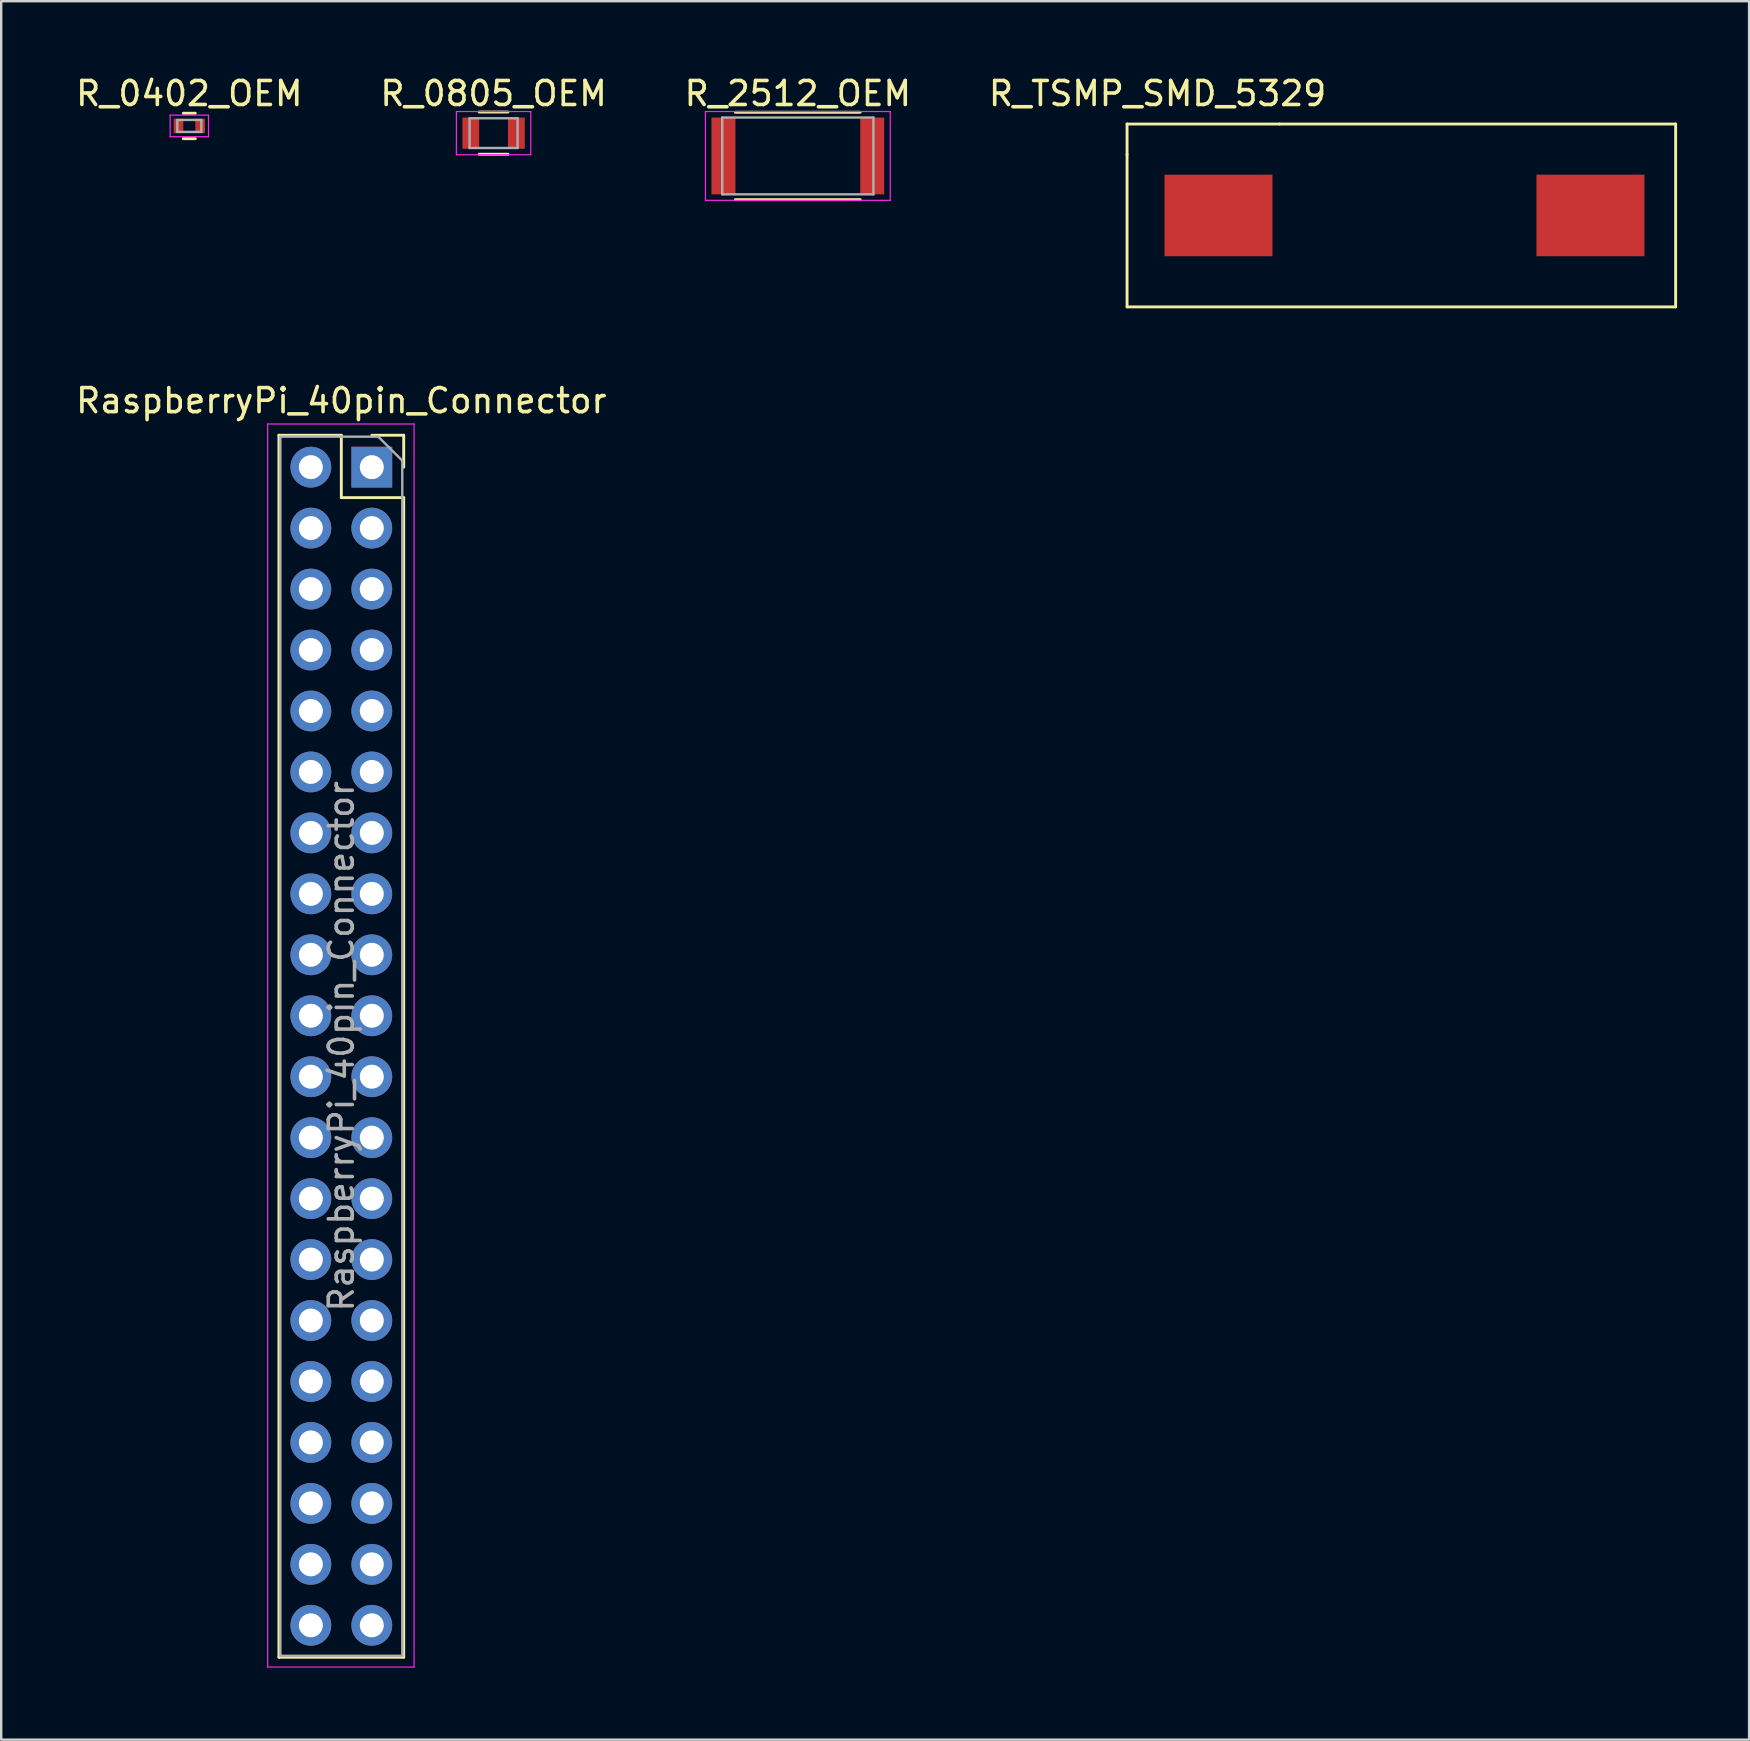
<source format=kicad_pcb>
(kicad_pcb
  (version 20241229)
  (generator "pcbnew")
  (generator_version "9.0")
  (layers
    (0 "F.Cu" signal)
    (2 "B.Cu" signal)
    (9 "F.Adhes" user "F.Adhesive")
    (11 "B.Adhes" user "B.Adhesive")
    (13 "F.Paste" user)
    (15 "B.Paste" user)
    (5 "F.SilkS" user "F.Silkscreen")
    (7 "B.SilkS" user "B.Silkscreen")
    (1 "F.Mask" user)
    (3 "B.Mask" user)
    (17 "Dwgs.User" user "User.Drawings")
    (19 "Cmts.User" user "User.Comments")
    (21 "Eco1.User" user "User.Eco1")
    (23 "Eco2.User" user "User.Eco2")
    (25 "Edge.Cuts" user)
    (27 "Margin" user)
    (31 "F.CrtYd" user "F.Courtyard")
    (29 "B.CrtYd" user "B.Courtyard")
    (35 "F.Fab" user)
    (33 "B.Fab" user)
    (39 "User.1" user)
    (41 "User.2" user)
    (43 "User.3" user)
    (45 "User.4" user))
  (footprint "R_0402_OEM"
    (layer "F.Cu")
    (at 4.839 2.198)
    (property "Reference" "R_0402_OEM" (at 0 -1.35 0) (layer "F.SilkS") (effects (font (size 1 1) (thickness 0.15))))
    (attr smd)
    (fp_line (start -0.25 0.53) (end 0.25 0.53) (stroke (width 0.12) (type solid)) (layer "F.SilkS"))
    (fp_line (start 0.25 -0.53) (end -0.25 -0.53) (stroke (width 0.12) (type solid)) (layer "F.SilkS"))
    (fp_line (start -0.8 -0.45) (end -0.8 0.45) (stroke (width 0.05) (type solid)) (layer "F.CrtYd"))
    (fp_line (start -0.8 -0.45) (end 0.8 -0.45) (stroke (width 0.05) (type solid)) (layer "F.CrtYd"))
    (fp_line (start 0.8 0.45) (end -0.8 0.45) (stroke (width 0.05) (type solid)) (layer "F.CrtYd"))
    (fp_line (start 0.8 0.45) (end 0.8 -0.45) (stroke (width 0.05) (type solid)) (layer "F.CrtYd"))
    (fp_line (start -0.5 -0.25) (end 0.5 -0.25) (stroke (width 0.1) (type solid)) (layer "F.Fab"))
    (fp_line (start -0.5 0.25) (end -0.5 -0.25) (stroke (width 0.1) (type solid)) (layer "F.Fab"))
    (fp_line (start 0.5 -0.25) (end 0.5 0.25) (stroke (width 0.1) (type solid)) (layer "F.Fab"))
    (fp_line (start 0.5 0.25) (end -0.5 0.25) (stroke (width 0.1) (type solid)) (layer "F.Fab"))
    (pad "1" smd rect (at -0.45 0) (size 0.4 0.6) (layers "F.Cu" "F.Mask" "F.Paste"))
    (pad "2" smd rect (at 0.45 0) (size 0.4 0.6) (layers "F.Cu" "F.Mask" "F.Paste")))
  (footprint "R_TSMP_SMD_5329"
    (layer "F.Cu")
    (at 55.345 5.928)
    (property "Reference" "R_TSMP_SMD_5329" (at -10.16 -5.08 0) (layer "F.SilkS") (effects (font (size 1 1) (thickness 0.15))))
    (attr through_hole)
    (fp_line (start -11.43 -3.81) (end -11.43 -2.54) (stroke (width 0.12) (type solid)) (layer "F.SilkS"))
    (fp_line (start -11.43 3.81) (end -11.43 -2.54) (stroke (width 0.12) (type solid)) (layer "F.SilkS"))
    (fp_line (start -5.08 -3.81) (end -11.43 -3.81) (stroke (width 0.12) (type solid)) (layer "F.SilkS"))
    (fp_line (start -5.08 -3.81) (end 11.43 -3.81) (stroke (width 0.12) (type solid)) (layer "F.SilkS"))
    (fp_line (start 11.43 -3.81) (end 11.43 3.81) (stroke (width 0.12) (type solid)) (layer "F.SilkS"))
    (fp_line (start 11.43 3.81) (end -11.43 3.81) (stroke (width 0.12) (type solid)) (layer "F.SilkS"))
    (pad "1" smd rect (at -7.62 0) (size 4.5 3.4) (layers "F.Cu" "F.Mask" "F.Paste"))
    (pad "2" smd rect (at 7.88 0) (size 4.5 3.4) (layers "F.Cu" "F.Mask" "F.Paste")))
  (footprint "R_0805_OEM"
    (layer "F.Cu")
    (at 17.518 2.498)
    (property "Reference" "R_0805_OEM" (at 0 -1.65 0) (layer "F.SilkS") (effects (font (size 1 1) (thickness 0.15))))
    (attr smd)
    (fp_line (start -0.6 -0.88) (end 0.6 -0.88) (stroke (width 0.12) (type solid)) (layer "F.SilkS"))
    (fp_line (start 0.6 0.88) (end -0.6 0.88) (stroke (width 0.12) (type solid)) (layer "F.SilkS"))
    (fp_line (start -1.55 -0.9) (end -1.55 0.9) (stroke (width 0.05) (type solid)) (layer "F.CrtYd"))
    (fp_line (start -1.55 -0.9) (end 1.55 -0.9) (stroke (width 0.05) (type solid)) (layer "F.CrtYd"))
    (fp_line (start 1.55 0.9) (end -1.55 0.9) (stroke (width 0.05) (type solid)) (layer "F.CrtYd"))
    (fp_line (start 1.55 0.9) (end 1.55 -0.9) (stroke (width 0.05) (type solid)) (layer "F.CrtYd"))
    (fp_line (start -1 -0.62) (end 1 -0.62) (stroke (width 0.1) (type solid)) (layer "F.Fab"))
    (fp_line (start -1 0.62) (end -1 -0.62) (stroke (width 0.1) (type solid)) (layer "F.Fab"))
    (fp_line (start 1 -0.62) (end 1 0.62) (stroke (width 0.1) (type solid)) (layer "F.Fab"))
    (fp_line (start 1 0.62) (end -1 0.62) (stroke (width 0.1) (type solid)) (layer "F.Fab"))
    (pad "1" smd rect (at -0.95 0) (size 0.7 1.3) (layers "F.Cu" "F.Mask" "F.Paste"))
    (pad "2" smd rect (at 0.95 0) (size 0.7 1.3) (layers "F.Cu" "F.Mask" "F.Paste")))
  (footprint "R_2512_OEM"
    (layer "F.Cu")
    (at 30.196 3.448)
    (property "Reference" "R_2512_OEM" (at 0 -2.6 0) (layer "F.SilkS") (effects (font (size 1 1) (thickness 0.15))))
    (attr smd)
    (fp_line (start -2.6 -1.82) (end 2.6 -1.82) (stroke (width 0.12) (type solid)) (layer "F.SilkS"))
    (fp_line (start 2.6 1.82) (end -2.6 1.82) (stroke (width 0.12) (type solid)) (layer "F.SilkS"))
    (fp_line (start -3.85 -1.85) (end -3.85 1.85) (stroke (width 0.05) (type solid)) (layer "F.CrtYd"))
    (fp_line (start -3.85 -1.85) (end 3.85 -1.85) (stroke (width 0.05) (type solid)) (layer "F.CrtYd"))
    (fp_line (start 3.85 1.85) (end -3.85 1.85) (stroke (width 0.05) (type solid)) (layer "F.CrtYd"))
    (fp_line (start 3.85 1.85) (end 3.85 -1.85) (stroke (width 0.05) (type solid)) (layer "F.CrtYd"))
    (fp_line (start -3.15 -1.6) (end 3.15 -1.6) (stroke (width 0.1) (type solid)) (layer "F.Fab"))
    (fp_line (start -3.15 1.6) (end -3.15 -1.6) (stroke (width 0.1) (type solid)) (layer "F.Fab"))
    (fp_line (start 3.15 -1.6) (end 3.15 1.6) (stroke (width 0.1) (type solid)) (layer "F.Fab"))
    (fp_line (start 3.15 1.6) (end -3.15 1.6) (stroke (width 0.1) (type solid)) (layer "F.Fab"))
    (pad "1" smd rect (at -3.1 0) (size 1 3.2) (layers "F.Cu" "F.Mask" "F.Paste"))
    (pad "2" smd rect (at 3.1 0) (size 1 3.2) (layers "F.Cu" "F.Mask" "F.Paste")))
  (footprint "RaspberryPi_40pin_Connector"
    (layer "F.Cu")
    (at 11.173 40.547)
    (property "Reference" "RaspberryPi_40pin_Connector" (at 0 -26.9 0) (layer "F.SilkS") (effects (font (size 1 1) (thickness 0.15))))
    (attr through_hole)
    (fp_line (start -2.6 -25.46) (end -2.6 25.46) (stroke (width 0.12) (type solid)) (layer "F.SilkS"))
    (fp_line (start -2.6 -25.46) (end 0 -25.46) (stroke (width 0.12) (type solid)) (layer "F.SilkS"))
    (fp_line (start -2.6 25.46) (end 2.6 25.46) (stroke (width 0.12) (type solid)) (layer "F.SilkS"))
    (fp_line (start 0 -25.46) (end 0 -22.86) (stroke (width 0.12) (type solid)) (layer "F.SilkS"))
    (fp_line (start 0 -22.86) (end 2.6 -22.86) (stroke (width 0.12) (type solid)) (layer "F.SilkS"))
    (fp_line (start 1.27 -25.46) (end 2.6 -25.46) (stroke (width 0.12) (type solid)) (layer "F.SilkS"))
    (fp_line (start 2.6 -25.46) (end 2.6 -24.13) (stroke (width 0.12) (type solid)) (layer "F.SilkS"))
    (fp_line (start 2.6 -22.86) (end 2.6 25.46) (stroke (width 0.12) (type solid)) (layer "F.SilkS"))
    (fp_line (start -3.07 -25.93) (end 3.03 -25.93) (stroke (width 0.05) (type solid)) (layer "F.CrtYd"))
    (fp_line (start -3.07 25.87) (end -3.07 -25.93) (stroke (width 0.05) (type solid)) (layer "F.CrtYd"))
    (fp_line (start 3.03 -25.93) (end 3.03 25.87) (stroke (width 0.05) (type solid)) (layer "F.CrtYd"))
    (fp_line (start 3.03 25.87) (end -3.07 25.87) (stroke (width 0.05) (type solid)) (layer "F.CrtYd"))
    (fp_line (start -2.54 -25.4) (end 1.54 -25.4) (stroke (width 0.1) (type solid)) (layer "F.Fab"))
    (fp_line (start -2.54 25.4) (end -2.54 -25.4) (stroke (width 0.1) (type solid)) (layer "F.Fab"))
    (fp_line (start 1.54 -25.4) (end 2.54 -24.4) (stroke (width 0.1) (type solid)) (layer "F.Fab"))
    (fp_line (start 2.54 -24.4) (end 2.54 25.4) (stroke (width 0.1) (type solid)) (layer "F.Fab"))
    (fp_line (start 2.54 25.4) (end -2.54 25.4) (stroke (width 0.1) (type solid)) (layer "F.Fab"))
    (fp_text user "${REFERENCE}" (at 0 0 90) (layer "F.Fab") (effects (font (size 1 1) (thickness 0.15))))
    (pad "1" thru_hole rect (at 1.27 -24.13) (size 1.7 1.7) (drill 1) (layers "*.Cu" "*.Mask"))
    (pad "2" thru_hole oval (at -1.27 -24.13) (size 1.7 1.7) (drill 1) (layers "*.Cu" "*.Mask"))
    (pad "3" thru_hole oval (at 1.27 -21.59) (size 1.7 1.7) (drill 1) (layers "*.Cu" "*.Mask"))
    (pad "4" thru_hole oval (at -1.27 -21.59) (size 1.7 1.7) (drill 1) (layers "*.Cu" "*.Mask"))
    (pad "5" thru_hole oval (at 1.27 -19.05) (size 1.7 1.7) (drill 1) (layers "*.Cu" "*.Mask"))
    (pad "6" thru_hole oval (at -1.27 -19.05) (size 1.7 1.7) (drill 1) (layers "*.Cu" "*.Mask"))
    (pad "7" thru_hole oval (at 1.27 -16.51) (size 1.7 1.7) (drill 1) (layers "*.Cu" "*.Mask"))
    (pad "8" thru_hole oval (at -1.27 -16.51) (size 1.7 1.7) (drill 1) (layers "*.Cu" "*.Mask"))
    (pad "9" thru_hole oval (at 1.27 -13.97) (size 1.7 1.7) (drill 1) (layers "*.Cu" "*.Mask"))
    (pad "10" thru_hole oval (at -1.27 -13.97) (size 1.7 1.7) (drill 1) (layers "*.Cu" "*.Mask"))
    (pad "11" thru_hole oval (at 1.27 -11.43) (size 1.7 1.7) (drill 1) (layers "*.Cu" "*.Mask"))
    (pad "12" thru_hole oval (at -1.27 -11.43) (size 1.7 1.7) (drill 1) (layers "*.Cu" "*.Mask"))
    (pad "13" thru_hole oval (at 1.27 -8.89) (size 1.7 1.7) (drill 1) (layers "*.Cu" "*.Mask"))
    (pad "14" thru_hole oval (at -1.27 -8.89) (size 1.7 1.7) (drill 1) (layers "*.Cu" "*.Mask"))
    (pad "15" thru_hole oval (at 1.27 -6.35) (size 1.7 1.7) (drill 1) (layers "*.Cu" "*.Mask"))
    (pad "16" thru_hole oval (at -1.27 -6.35) (size 1.7 1.7) (drill 1) (layers "*.Cu" "*.Mask"))
    (pad "17" thru_hole oval (at 1.27 -3.81) (size 1.7 1.7) (drill 1) (layers "*.Cu" "*.Mask"))
    (pad "18" thru_hole oval (at -1.27 -3.81) (size 1.7 1.7) (drill 1) (layers "*.Cu" "*.Mask"))
    (pad "19" thru_hole oval (at 1.27 -1.27) (size 1.7 1.7) (drill 1) (layers "*.Cu" "*.Mask"))
    (pad "20" thru_hole oval (at -1.27 -1.27) (size 1.7 1.7) (drill 1) (layers "*.Cu" "*.Mask"))
    (pad "21" thru_hole oval (at 1.27 1.27) (size 1.7 1.7) (drill 1) (layers "*.Cu" "*.Mask"))
    (pad "22" thru_hole oval (at -1.27 1.27) (size 1.7 1.7) (drill 1) (layers "*.Cu" "*.Mask"))
    (pad "23" thru_hole oval (at 1.27 3.81) (size 1.7 1.7) (drill 1) (layers "*.Cu" "*.Mask"))
    (pad "24" thru_hole oval (at -1.27 3.81) (size 1.7 1.7) (drill 1) (layers "*.Cu" "*.Mask"))
    (pad "25" thru_hole oval (at 1.27 6.35) (size 1.7 1.7) (drill 1) (layers "*.Cu" "*.Mask"))
    (pad "26" thru_hole oval (at -1.27 6.35) (size 1.7 1.7) (drill 1) (layers "*.Cu" "*.Mask"))
    (pad "27" thru_hole oval (at 1.27 8.89) (size 1.7 1.7) (drill 1) (layers "*.Cu" "*.Mask"))
    (pad "28" thru_hole oval (at -1.27 8.89) (size 1.7 1.7) (drill 1) (layers "*.Cu" "*.Mask"))
    (pad "29" thru_hole oval (at 1.27 11.43) (size 1.7 1.7) (drill 1) (layers "*.Cu" "*.Mask"))
    (pad "30" thru_hole oval (at -1.27 11.43) (size 1.7 1.7) (drill 1) (layers "*.Cu" "*.Mask"))
    (pad "31" thru_hole oval (at 1.27 13.97) (size 1.7 1.7) (drill 1) (layers "*.Cu" "*.Mask"))
    (pad "32" thru_hole oval (at -1.27 13.97) (size 1.7 1.7) (drill 1) (layers "*.Cu" "*.Mask"))
    (pad "33" thru_hole oval (at 1.27 16.51) (size 1.7 1.7) (drill 1) (layers "*.Cu" "*.Mask"))
    (pad "34" thru_hole oval (at -1.27 16.51) (size 1.7 1.7) (drill 1) (layers "*.Cu" "*.Mask"))
    (pad "35" thru_hole oval (at 1.27 19.05) (size 1.7 1.7) (drill 1) (layers "*.Cu" "*.Mask"))
    (pad "36" thru_hole oval (at -1.27 19.05) (size 1.7 1.7) (drill 1) (layers "*.Cu" "*.Mask"))
    (pad "37" thru_hole oval (at 1.27 21.59) (size 1.7 1.7) (drill 1) (layers "*.Cu" "*.Mask"))
    (pad "38" thru_hole oval (at -1.27 21.59) (size 1.7 1.7) (drill 1) (layers "*.Cu" "*.Mask"))
    (pad "39" thru_hole oval (at 1.27 24.13) (size 1.7 1.7) (drill 1) (layers "*.Cu" "*.Mask"))
    (pad "40" thru_hole oval (at -1.27 24.13) (size 1.7 1.7) (drill 1) (layers "*.Cu" "*.Mask")))
  (gr_rect
    (start -3 -3)
    (end 69.835 69.442)
    (stroke (width 0.1) (type default))
    (fill no)
    (layer "Edge.Cuts")))
</source>
